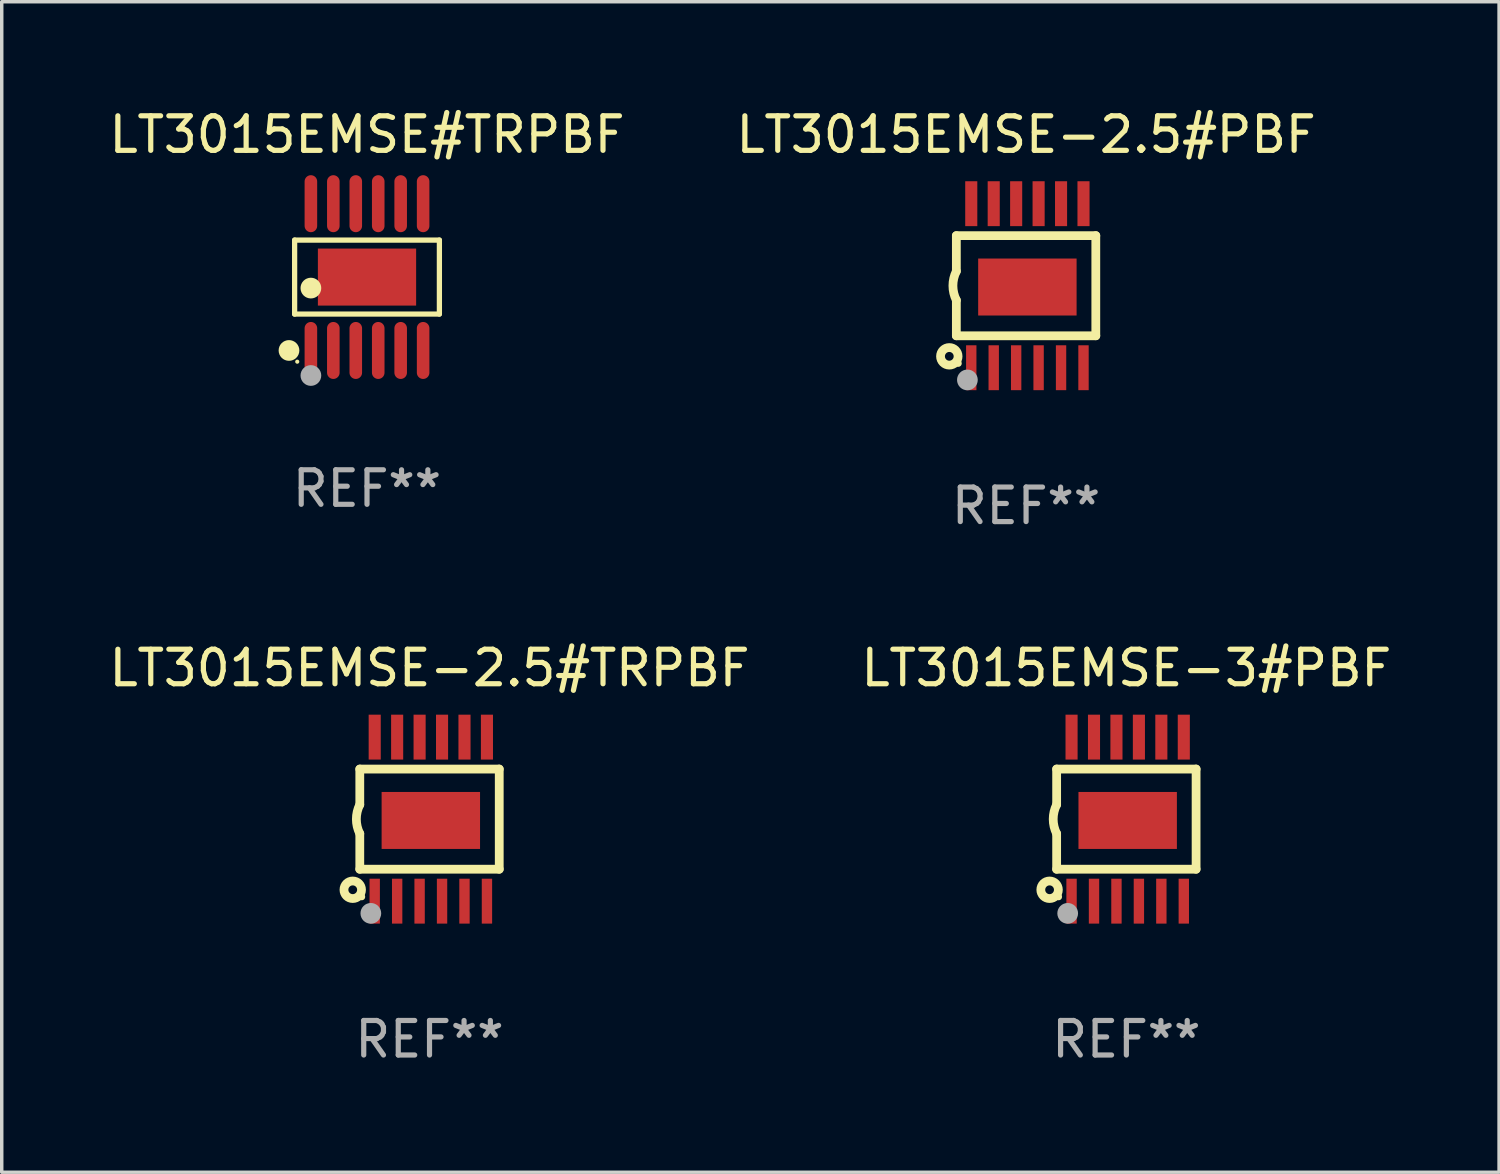
<source format=kicad_pcb>
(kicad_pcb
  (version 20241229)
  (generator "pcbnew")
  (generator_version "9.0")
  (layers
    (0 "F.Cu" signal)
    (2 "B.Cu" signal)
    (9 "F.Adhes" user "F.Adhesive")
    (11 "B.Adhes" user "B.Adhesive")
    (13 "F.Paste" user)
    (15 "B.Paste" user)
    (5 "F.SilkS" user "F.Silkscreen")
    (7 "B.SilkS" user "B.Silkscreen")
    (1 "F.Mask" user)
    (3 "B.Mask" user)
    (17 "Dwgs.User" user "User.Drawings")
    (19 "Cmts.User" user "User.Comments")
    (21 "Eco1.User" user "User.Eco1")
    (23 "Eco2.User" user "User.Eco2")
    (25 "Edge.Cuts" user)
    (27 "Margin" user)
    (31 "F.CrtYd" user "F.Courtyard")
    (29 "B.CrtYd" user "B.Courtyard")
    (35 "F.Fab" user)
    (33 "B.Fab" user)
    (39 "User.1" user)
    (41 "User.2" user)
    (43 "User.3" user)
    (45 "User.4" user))
  (footprint "LT3015EMSE#TRPBF"
    (layer "F.Cu")
    (at 7.577 4.973)
    (property "Reference" "LT3015EMSE#TRPBF" (at 0 -4.125 0) (layer "F.SilkS") (effects (font (size 1 1) (thickness 0.15))))
    (attr through_hole)
    (fp_line (start -2.096 -1.071) (end 2.096 -1.071) (stroke (width 0.152) (type solid)) (layer "F.SilkS"))
    (fp_line (start -2.096 1.071) (end -2.096 -1.071) (stroke (width 0.152) (type solid)) (layer "F.SilkS"))
    (fp_line (start 2.096 -1.071) (end 2.096 1.071) (stroke (width 0.152) (type solid)) (layer "F.SilkS"))
    (fp_line (start 2.096 1.071) (end -2.096 1.071) (stroke (width 0.152) (type solid)) (layer "F.SilkS"))
    (fp_circle (center -2.259 2.125) (end -2.109 2.125) (stroke (width 0.3) (type solid)) (fill no) (layer "F.SilkS"))
    (fp_circle (center -2.02 2.45) (end -1.99 2.45) (stroke (width 0.06) (type solid)) (fill no) (layer "F.SilkS"))
    (fp_circle (center -1.625 0.319) (end -1.475 0.319) (stroke (width 0.3) (type solid)) (fill no) (layer "F.SilkS"))
    (fp_circle (center -1.625 2.85) (end -1.475 2.85) (stroke (width 0.3) (type solid)) (fill no) (layer "F.Fab"))
    (fp_text user "REF**" (at 0 6.125 0) (layer "F.Fab") (effects (font (size 1 1) (thickness 0.15))))
    (pad "1" smd oval (at -1.625 2.125) (size 0.364 1.65) (layers "F.Cu" "F.Mask" "F.Paste"))
    (pad "2" smd oval (at -0.975 2.125) (size 0.364 1.65) (layers "F.Cu" "F.Mask" "F.Paste"))
    (pad "3" smd oval (at -0.325 2.125) (size 0.364 1.65) (layers "F.Cu" "F.Mask" "F.Paste"))
    (pad "4" smd oval (at 0.325 2.125) (size 0.364 1.65) (layers "F.Cu" "F.Mask" "F.Paste"))
    (pad "5" smd oval (at 0.975 2.125) (size 0.364 1.65) (layers "F.Cu" "F.Mask" "F.Paste"))
    (pad "6" smd oval (at 1.625 2.125) (size 0.364 1.65) (layers "F.Cu" "F.Mask" "F.Paste"))
    (pad "7" smd oval (at 1.625 -2.125) (size 0.364 1.65) (layers "F.Cu" "F.Mask" "F.Paste"))
    (pad "8" smd oval (at 0.975 -2.125) (size 0.364 1.65) (layers "F.Cu" "F.Mask" "F.Paste"))
    (pad "9" smd oval (at 0.325 -2.125) (size 0.364 1.65) (layers "F.Cu" "F.Mask" "F.Paste"))
    (pad "10" smd oval (at -0.325 -2.125) (size 0.364 1.65) (layers "F.Cu" "F.Mask" "F.Paste"))
    (pad "11" smd oval (at -0.975 -2.125) (size 0.364 1.65) (layers "F.Cu" "F.Mask" "F.Paste"))
    (pad "12" smd oval (at -1.625 -2.125) (size 0.364 1.65) (layers "F.Cu" "F.Mask" "F.Paste"))
    (pad "13" smd rect (at 0 0) (size 2.845 1.651) (layers "F.Cu" "F.Mask" "F.Paste")))
  (footprint "LT3015EMSE-2.5#TRPBF"
    (layer "F.Cu")
    (at 9.387 20.669)
    (property "Reference" "LT3015EMSE-2.5#TRPBF" (at 0 -4.375 0) (layer "F.SilkS") (effects (font (size 1 1) (thickness 0.15))))
    (attr through_hole)
    (fp_line (start -2.019 -1.45) (end -2.019 -0.419) (stroke (width 0.254) (type solid)) (layer "F.SilkS"))
    (fp_line (start -2.019 1.45) (end -2.019 0.419) (stroke (width 0.254) (type solid)) (layer "F.SilkS"))
    (fp_line (start -2.019 1.45) (end 2.019 1.45) (stroke (width 0.254) (type solid)) (layer "F.SilkS"))
    (fp_line (start 2.019 -1.45) (end -2.019 -1.45) (stroke (width 0.254) (type solid)) (layer "F.SilkS"))
    (fp_line (start 2.019 -1.45) (end 2.019 1.45) (stroke (width 0.254) (type solid)) (layer "F.SilkS"))
    (fp_arc (start -2.019304 0.419101) (mid -2.11824 0) (end -2.019304 -0.419101) (stroke (width 0.254001) (type solid)) (layer "F.SilkS"))
    (fp_circle (center -2.223 2.045) (end -1.969 2.045) (stroke (width 0.254) (type solid)) (fill no) (layer "F.SilkS"))
    (fp_circle (center -1.962 2.25) (end -1.912 2.25) (stroke (width 0.1) (type solid)) (fill no) (layer "F.SilkS"))
    (fp_circle (center -1.699 2.728) (end -1.549 2.728) (stroke (width 0.3) (type solid)) (fill no) (layer "F.Fab"))
    (fp_text user "REF**" (at 0 6.375 0) (layer "F.Fab") (effects (font (size 1 1) (thickness 0.15))))
    (pad "1" smd rect (at -1.587 2.375) (size 0.3 1.3) (layers "F.Cu" "F.Mask" "F.Paste"))
    (pad "2" smd rect (at -0.937 2.375) (size 0.3 1.3) (layers "F.Cu" "F.Mask" "F.Paste"))
    (pad "3" smd rect (at -0.287 2.375) (size 0.3 1.3) (layers "F.Cu" "F.Mask" "F.Paste"))
    (pad "4" smd rect (at 0.363 2.375) (size 0.3 1.3) (layers "F.Cu" "F.Mask" "F.Paste"))
    (pad "5" smd rect (at 1.013 2.375) (size 0.3 1.3) (layers "F.Cu" "F.Mask" "F.Paste"))
    (pad "6" smd rect (at 1.663 2.375) (size 0.3 1.3) (layers "F.Cu" "F.Mask" "F.Paste"))
    (pad "7" smd rect (at 1.663 -2.375) (size 0.35 1.3) (layers "F.Cu" "F.Mask" "F.Paste"))
    (pad "8" smd rect (at 1.013 -2.375) (size 0.35 1.3) (layers "F.Cu" "F.Mask" "F.Paste"))
    (pad "9" smd rect (at 0.363 -2.375) (size 0.35 1.3) (layers "F.Cu" "F.Mask" "F.Paste"))
    (pad "10" smd rect (at -0.287 -2.375) (size 0.35 1.3) (layers "F.Cu" "F.Mask" "F.Paste"))
    (pad "11" smd rect (at -0.937 -2.375) (size 0.35 1.3) (layers "F.Cu" "F.Mask" "F.Paste"))
    (pad "12" smd rect (at -1.587 -2.375) (size 0.35 1.3) (layers "F.Cu" "F.Mask" "F.Paste"))
    (pad "13" smd rect (at 0.038 0.038) (size 2.85 1.65) (layers "F.Cu" "F.Mask" "F.Paste")))
  (footprint "LT3015EMSE-2.5#PBF"
    (layer "F.Cu")
    (at 26.661 5.223)
    (property "Reference" "LT3015EMSE-2.5#PBF" (at 0 -4.375 0) (layer "F.SilkS") (effects (font (size 1 1) (thickness 0.15))))
    (attr through_hole)
    (fp_line (start -2.019 -1.45) (end -2.019 -0.419) (stroke (width 0.254) (type solid)) (layer "F.SilkS"))
    (fp_line (start -2.019 1.45) (end -2.019 0.419) (stroke (width 0.254) (type solid)) (layer "F.SilkS"))
    (fp_line (start -2.019 1.45) (end 2.019 1.45) (stroke (width 0.254) (type solid)) (layer "F.SilkS"))
    (fp_line (start 2.019 -1.45) (end -2.019 -1.45) (stroke (width 0.254) (type solid)) (layer "F.SilkS"))
    (fp_line (start 2.019 -1.45) (end 2.019 1.45) (stroke (width 0.254) (type solid)) (layer "F.SilkS"))
    (fp_arc (start -2.019304 0.419101) (mid -2.11824 0) (end -2.019304 -0.419101) (stroke (width 0.254001) (type solid)) (layer "F.SilkS"))
    (fp_circle (center -2.223 2.045) (end -1.969 2.045) (stroke (width 0.254) (type solid)) (fill no) (layer "F.SilkS"))
    (fp_circle (center -1.962 2.25) (end -1.912 2.25) (stroke (width 0.1) (type solid)) (fill no) (layer "F.SilkS"))
    (fp_circle (center -1.699 2.728) (end -1.549 2.728) (stroke (width 0.3) (type solid)) (fill no) (layer "F.Fab"))
    (fp_text user "REF**" (at 0 6.375 0) (layer "F.Fab") (effects (font (size 1 1) (thickness 0.15))))
    (pad "1" smd rect (at -1.587 2.375) (size 0.3 1.3) (layers "F.Cu" "F.Mask" "F.Paste"))
    (pad "2" smd rect (at -0.937 2.375) (size 0.3 1.3) (layers "F.Cu" "F.Mask" "F.Paste"))
    (pad "3" smd rect (at -0.287 2.375) (size 0.3 1.3) (layers "F.Cu" "F.Mask" "F.Paste"))
    (pad "4" smd rect (at 0.363 2.375) (size 0.3 1.3) (layers "F.Cu" "F.Mask" "F.Paste"))
    (pad "5" smd rect (at 1.013 2.375) (size 0.3 1.3) (layers "F.Cu" "F.Mask" "F.Paste"))
    (pad "6" smd rect (at 1.663 2.375) (size 0.3 1.3) (layers "F.Cu" "F.Mask" "F.Paste"))
    (pad "7" smd rect (at 1.663 -2.375) (size 0.35 1.3) (layers "F.Cu" "F.Mask" "F.Paste"))
    (pad "8" smd rect (at 1.013 -2.375) (size 0.35 1.3) (layers "F.Cu" "F.Mask" "F.Paste"))
    (pad "9" smd rect (at 0.363 -2.375) (size 0.35 1.3) (layers "F.Cu" "F.Mask" "F.Paste"))
    (pad "10" smd rect (at -0.287 -2.375) (size 0.35 1.3) (layers "F.Cu" "F.Mask" "F.Paste"))
    (pad "11" smd rect (at -0.937 -2.375) (size 0.35 1.3) (layers "F.Cu" "F.Mask" "F.Paste"))
    (pad "12" smd rect (at -1.587 -2.375) (size 0.35 1.3) (layers "F.Cu" "F.Mask" "F.Paste"))
    (pad "13" smd rect (at 0.038 0.038) (size 2.85 1.65) (layers "F.Cu" "F.Mask" "F.Paste")))
  (footprint "LT3015EMSE-3#PBF"
    (layer "F.Cu")
    (at 29.565 20.669)
    (property "Reference" "LT3015EMSE-3#PBF" (at 0 -4.375 0) (layer "F.SilkS") (effects (font (size 1 1) (thickness 0.15))))
    (attr through_hole)
    (fp_line (start -2.019 -1.45) (end -2.019 -0.419) (stroke (width 0.254) (type solid)) (layer "F.SilkS"))
    (fp_line (start -2.019 1.45) (end -2.019 0.419) (stroke (width 0.254) (type solid)) (layer "F.SilkS"))
    (fp_line (start -2.019 1.45) (end 2.019 1.45) (stroke (width 0.254) (type solid)) (layer "F.SilkS"))
    (fp_line (start 2.019 -1.45) (end -2.019 -1.45) (stroke (width 0.254) (type solid)) (layer "F.SilkS"))
    (fp_line (start 2.019 -1.45) (end 2.019 1.45) (stroke (width 0.254) (type solid)) (layer "F.SilkS"))
    (fp_arc (start -2.019304 0.419101) (mid -2.11824 0) (end -2.019304 -0.419101) (stroke (width 0.254001) (type solid)) (layer "F.SilkS"))
    (fp_circle (center -2.223 2.045) (end -1.969 2.045) (stroke (width 0.254) (type solid)) (fill no) (layer "F.SilkS"))
    (fp_circle (center -1.962 2.25) (end -1.912 2.25) (stroke (width 0.1) (type solid)) (fill no) (layer "F.SilkS"))
    (fp_circle (center -1.699 2.728) (end -1.549 2.728) (stroke (width 0.3) (type solid)) (fill no) (layer "F.Fab"))
    (fp_text user "REF**" (at 0 6.375 0) (layer "F.Fab") (effects (font (size 1 1) (thickness 0.15))))
    (pad "1" smd rect (at -1.587 2.375) (size 0.3 1.3) (layers "F.Cu" "F.Mask" "F.Paste"))
    (pad "2" smd rect (at -0.937 2.375) (size 0.3 1.3) (layers "F.Cu" "F.Mask" "F.Paste"))
    (pad "3" smd rect (at -0.287 2.375) (size 0.3 1.3) (layers "F.Cu" "F.Mask" "F.Paste"))
    (pad "4" smd rect (at 0.363 2.375) (size 0.3 1.3) (layers "F.Cu" "F.Mask" "F.Paste"))
    (pad "5" smd rect (at 1.013 2.375) (size 0.3 1.3) (layers "F.Cu" "F.Mask" "F.Paste"))
    (pad "6" smd rect (at 1.663 2.375) (size 0.3 1.3) (layers "F.Cu" "F.Mask" "F.Paste"))
    (pad "7" smd rect (at 1.663 -2.375) (size 0.35 1.3) (layers "F.Cu" "F.Mask" "F.Paste"))
    (pad "8" smd rect (at 1.013 -2.375) (size 0.35 1.3) (layers "F.Cu" "F.Mask" "F.Paste"))
    (pad "9" smd rect (at 0.363 -2.375) (size 0.35 1.3) (layers "F.Cu" "F.Mask" "F.Paste"))
    (pad "10" smd rect (at -0.287 -2.375) (size 0.35 1.3) (layers "F.Cu" "F.Mask" "F.Paste"))
    (pad "11" smd rect (at -0.937 -2.375) (size 0.35 1.3) (layers "F.Cu" "F.Mask" "F.Paste"))
    (pad "12" smd rect (at -1.587 -2.375) (size 0.35 1.3) (layers "F.Cu" "F.Mask" "F.Paste"))
    (pad "13" smd rect (at 0.038 0.038) (size 2.85 1.65) (layers "F.Cu" "F.Mask" "F.Paste")))
  (gr_rect
    (start -3 -3)
    (end 40.357 30.893)
    (stroke (width 0.1) (type default))
    (fill no)
    (layer "Edge.Cuts")))
</source>
